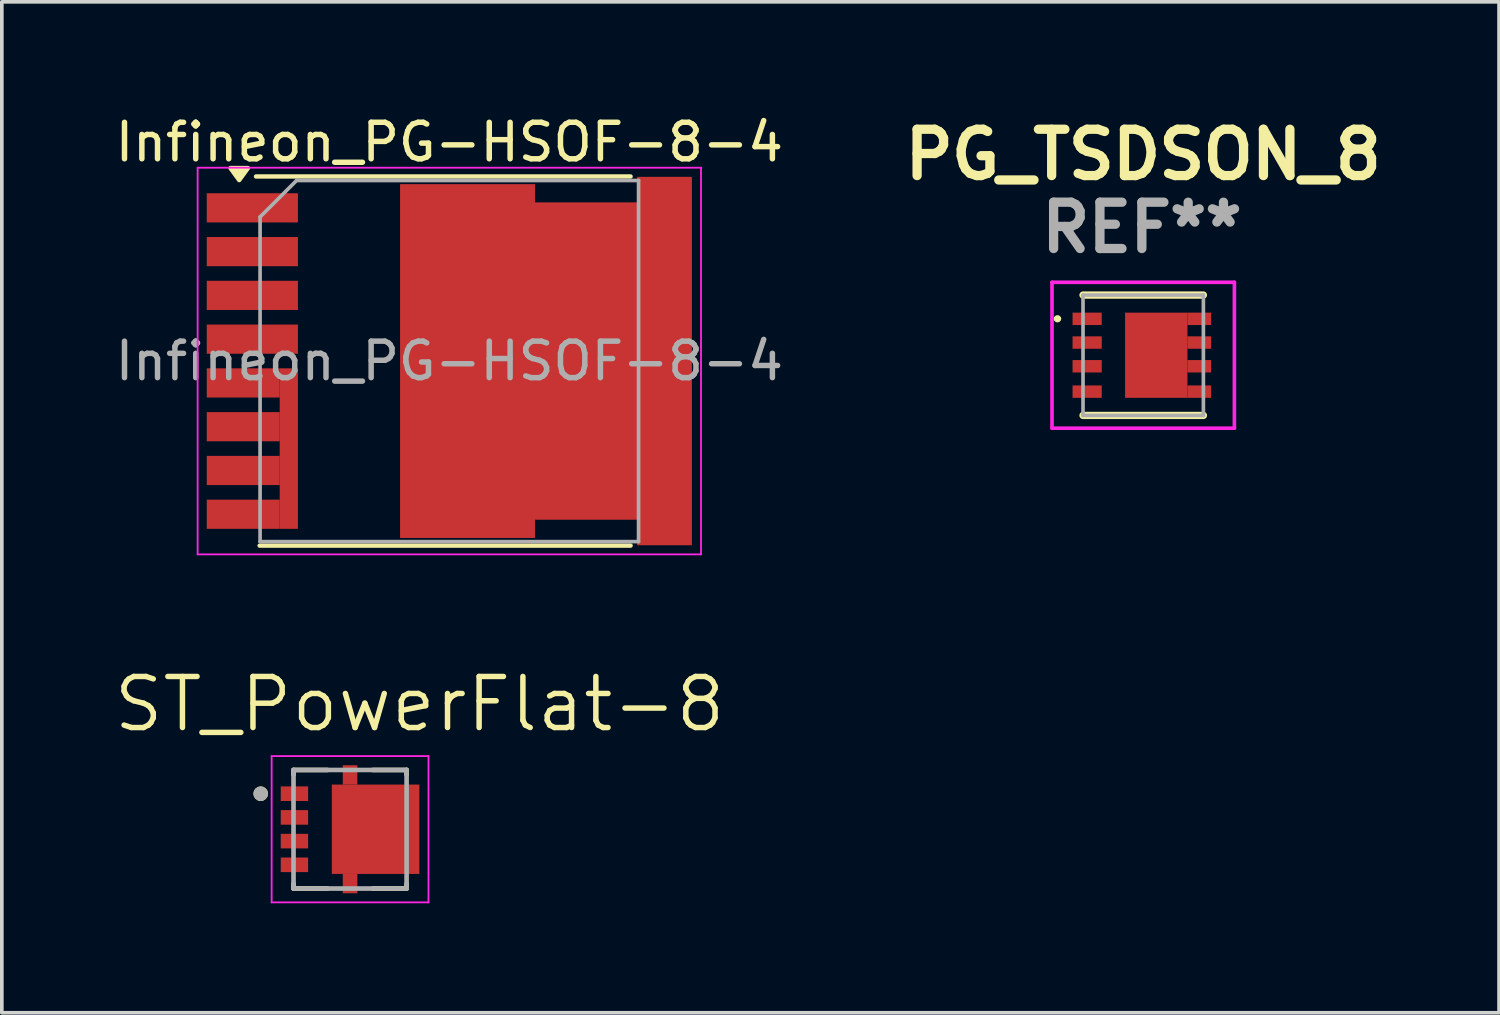
<source format=kicad_pcb>
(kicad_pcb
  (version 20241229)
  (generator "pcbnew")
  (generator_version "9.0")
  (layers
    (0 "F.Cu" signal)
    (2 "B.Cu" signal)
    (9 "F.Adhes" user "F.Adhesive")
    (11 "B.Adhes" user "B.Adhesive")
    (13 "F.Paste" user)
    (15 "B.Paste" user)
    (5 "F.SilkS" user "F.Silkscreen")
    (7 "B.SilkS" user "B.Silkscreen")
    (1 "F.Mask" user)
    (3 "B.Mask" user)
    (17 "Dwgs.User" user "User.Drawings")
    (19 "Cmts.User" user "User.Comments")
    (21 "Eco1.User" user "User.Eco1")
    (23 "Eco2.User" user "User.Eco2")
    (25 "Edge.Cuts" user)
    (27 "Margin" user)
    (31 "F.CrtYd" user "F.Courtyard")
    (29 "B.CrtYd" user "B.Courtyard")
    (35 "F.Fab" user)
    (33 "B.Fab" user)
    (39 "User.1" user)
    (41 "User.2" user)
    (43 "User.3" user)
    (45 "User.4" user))
  (footprint "PG_TSDSON_8"
    (layer "F.Cu")
    (at 28.291 6.689)
    (property "Reference" "PG_TSDSON_8" (at 0 -5.5 0) (layer "F.SilkS") (effects (font (size 1.27 1.27) (thickness 0.254))))
    (attr smd)
    (fp_line (start -2.4 -1) (end -2.4 -1) (stroke (width 0.1) (type solid)) (layer "F.SilkS"))
    (fp_line (start -2.3 -1) (end -2.3 -1) (stroke (width 0.1) (type solid)) (layer "F.SilkS"))
    (fp_line (start -1.65 -1.65) (end 1.65 -1.65) (stroke (width 0.2) (type solid)) (layer "F.SilkS"))
    (fp_line (start -1.65 1.65) (end 1.65 1.65) (stroke (width 0.2) (type solid)) (layer "F.SilkS"))
    (fp_arc (start -2.4 -1) (mid -2.35 -1.05) (end -2.3 -1) (stroke (width 0.1) (type solid)) (layer "F.SilkS"))
    (fp_arc (start -2.3 -1) (mid -2.35 -0.95) (end -2.4 -1) (stroke (width 0.1) (type solid)) (layer "F.SilkS"))
    (fp_line (start -2.5 -2) (end 2.5 -2) (stroke (width 0.1) (type solid)) (layer "F.CrtYd"))
    (fp_line (start -2.5 2) (end -2.5 -2) (stroke (width 0.1) (type solid)) (layer "F.CrtYd"))
    (fp_line (start 2.5 -2) (end 2.5 2) (stroke (width 0.1) (type solid)) (layer "F.CrtYd"))
    (fp_line (start 2.5 2) (end -2.5 2) (stroke (width 0.1) (type solid)) (layer "F.CrtYd"))
    (fp_line (start -1.65 -1.65) (end -1.65 1.65) (stroke (width 0.1) (type solid)) (layer "F.Fab"))
    (fp_line (start -1.65 1.65) (end 1.65 1.65) (stroke (width 0.1) (type solid)) (layer "F.Fab"))
    (fp_line (start 1.65 -1.65) (end -1.65 -1.65) (stroke (width 0.1) (type solid)) (layer "F.Fab"))
    (fp_line (start 1.65 1.65) (end 1.65 -1.65) (stroke (width 0.1) (type solid)) (layer "F.Fab"))
    (fp_text user "REF**" (at -0.037 -3.5 0) (layer "F.Fab") (effects (font (size 1.27 1.27) (thickness 0.254))))
    (pad "1" smd rect (at -1.537 -0.998 90) (size 0.34 0.8) (layers "F.Cu" "F.Mask" "F.Paste"))
    (pad "2" smd rect (at -1.537 -0.348 90) (size 0.34 0.8) (layers "F.Cu" "F.Mask" "F.Paste"))
    (pad "3" smd rect (at -1.537 0.302 90) (size 0.34 0.8) (layers "F.Cu" "F.Mask" "F.Paste"))
    (pad "4" smd rect (at -1.537 0.998 90) (size 0.34 0.8) (layers "F.Cu" "F.Mask" "F.Paste"))
    (pad "5" smd rect (at 0.358 0) (size 1.71 2.335) (layers "F.Cu" "F.Mask" "F.Paste"))
    (pad "5" smd rect (at 1.538 -0.998 90) (size 0.34 0.65) (layers "F.Cu" "F.Mask" "F.Paste"))
    (pad "5" smd rect (at 1.538 -0.348 90) (size 0.34 0.65) (layers "F.Cu" "F.Mask" "F.Paste"))
    (pad "5" smd rect (at 1.538 0.302 90) (size 0.34 0.65) (layers "F.Cu" "F.Mask" "F.Paste"))
    (pad "5" smd rect (at 1.538 0.998 90) (size 0.34 0.65) (layers "F.Cu" "F.Mask" "F.Paste")))
  (footprint "ST_PowerFlat-8"
    (layer "F.Cu")
    (at 6.547 19.684)
    (property "Reference" "ST_PowerFlat-8" (at 1.905 -3.429 0) (layer "F.SilkS") (effects (font (size 1.4 1.4) (thickness 0.15))))
    (attr smd)
    (fp_poly (pts (xy -0.3 -1.855) (xy 0.3 -1.855) (xy 0.3 1.855) (xy -0.3 1.855)) (stroke (width 0.01) (type solid)) (fill yes) (layer "F.Mask"))
    (fp_line (start -1.55 -1.625) (end -1.55 -1.495) (stroke (width 0.127) (type solid)) (layer "F.SilkS"))
    (fp_line (start -1.55 -1.625) (end -0.62 -1.625) (stroke (width 0.127) (type solid)) (layer "F.SilkS"))
    (fp_line (start -1.55 1.495) (end -1.55 1.625) (stroke (width 0.127) (type solid)) (layer "F.SilkS"))
    (fp_line (start -0.62 1.625) (end -1.55 1.625) (stroke (width 0.127) (type solid)) (layer "F.SilkS"))
    (fp_line (start 0.62 -1.625) (end 1.55 -1.625) (stroke (width 0.127) (type solid)) (layer "F.SilkS"))
    (fp_line (start 1.55 -1.495) (end 1.55 -1.625) (stroke (width 0.127) (type solid)) (layer "F.SilkS"))
    (fp_line (start 1.55 1.625) (end 0.62 1.625) (stroke (width 0.127) (type solid)) (layer "F.SilkS"))
    (fp_line (start 1.55 1.625) (end 1.55 1.495) (stroke (width 0.127) (type solid)) (layer "F.SilkS"))
    (fp_circle (center -2.45 -0.975) (end -2.35 -0.975) (stroke (width 0.2) (type solid)) (fill no) (layer "F.SilkS"))
    (fp_poly (pts (xy -0.06 -0.775) (xy 1.46 -0.775) (xy 1.46 0.775) (xy -0.06 0.775)) (stroke (width 0.01) (type solid)) (fill yes) (layer "F.Paste"))
    (fp_line (start -2.15 -2.005) (end -2.15 2.005) (stroke (width 0.05) (type solid)) (layer "F.CrtYd"))
    (fp_line (start -2.15 -2.005) (end 2.15 -2.005) (stroke (width 0.05) (type solid)) (layer "F.CrtYd"))
    (fp_line (start 2.15 2.005) (end -2.15 2.005) (stroke (width 0.05) (type solid)) (layer "F.CrtYd"))
    (fp_line (start 2.15 2.005) (end 2.15 -2.005) (stroke (width 0.05) (type solid)) (layer "F.CrtYd"))
    (fp_line (start -1.55 -1.625) (end -1.55 1.625) (stroke (width 0.127) (type solid)) (layer "F.Fab"))
    (fp_line (start -1.55 -1.625) (end 1.55 -1.625) (stroke (width 0.127) (type solid)) (layer "F.Fab"))
    (fp_line (start 1.55 1.625) (end -1.55 1.625) (stroke (width 0.127) (type solid)) (layer "F.Fab"))
    (fp_line (start 1.55 1.625) (end 1.55 -1.625) (stroke (width 0.127) (type solid)) (layer "F.Fab"))
    (fp_circle (center -2.45 -0.975) (end -2.35 -0.975) (stroke (width 0.2) (type solid)) (fill no) (layer "F.Fab"))
    (pad "1" smd rect (at -1.525 -0.975) (size 0.75 0.4) (layers "F.Cu" "F.Mask" "F.Paste"))
    (pad "2" smd rect (at -1.525 -0.325) (size 0.75 0.4) (layers "F.Cu" "F.Mask" "F.Paste"))
    (pad "3" smd rect (at -1.525 0.325) (size 0.75 0.4) (layers "F.Cu" "F.Mask" "F.Paste"))
    (pad "4" smd rect (at -1.525 0.975) (size 0.75 0.4) (layers "F.Cu" "F.Mask" "F.Paste"))
    (pad "5" smd rect (at 0 -1.49) (size 0.4 0.53) (layers "F.Cu" "F.Mask" "F.Paste"))
    (pad "5" smd rect (at 0 1.49) (size 0.4 0.53) (layers "F.Cu" "F.Mask" "F.Paste"))
    (pad "5" smd rect (at 0.7 0) (size 2.4 2.45) (layers "F.Cu" "F.Mask")))
  (footprint "Infineon_PG-HSOF-8-4"
    (layer "F.Cu")
    (at 9.268 6.848)
    (property "Reference" "Infineon_PG-HSOF-8-4" (at 0 -6 0) (layer "F.SilkS") (effects (font (size 1 1) (thickness 0.15))))
    (attr smd)
    (fp_poly (pts (xy -4.65 1) (xy -6.65 1) (xy -6.65 0.2) (xy -4.65 0.2)) (stroke (width 0) (type solid)) (fill yes) (layer "F.Cu"))
    (fp_poly (pts (xy -4.65 2.2) (xy -6.65 2.2) (xy -6.65 1.4) (xy -4.65 1.4)) (stroke (width 0) (type solid)) (fill yes) (layer "F.Cu"))
    (fp_poly (pts (xy -4.65 3.4) (xy -6.65 3.4) (xy -6.65 2.6) (xy -4.65 2.6)) (stroke (width 0) (type solid)) (fill yes) (layer "F.Cu"))
    (fp_poly (pts (xy -4.65 4.6) (xy -6.65 4.6) (xy -6.65 3.8) (xy -4.65 3.8)) (stroke (width 0) (type solid)) (fill yes) (layer "F.Cu"))
    (fp_line (start -5.3 -5.06) (end 4.97 -5.06) (stroke (width 0.12) (type solid)) (layer "F.SilkS"))
    (fp_line (start -5.2 5.06) (end 4.97 5.06) (stroke (width 0.12) (type solid)) (layer "F.SilkS"))
    (fp_poly (pts (xy -5.76 -4.96) (xy -5.52 -5.29) (xy -6 -5.29) (xy -5.76 -4.96)) (stroke (width 0.12) (type solid)) (fill yes) (layer "F.SilkS"))
    (fp_line (start -6.9 5.3) (end -6.9 -5.3) (stroke (width 0.05) (type solid)) (layer "F.CrtYd"))
    (fp_line (start -6.9 5.3) (end 6.9 5.3) (stroke (width 0.05) (type solid)) (layer "F.CrtYd"))
    (fp_line (start 6.9 -5.3) (end -6.9 -5.3) (stroke (width 0.05) (type solid)) (layer "F.CrtYd"))
    (fp_line (start 6.9 -5.3) (end 6.9 5.3) (stroke (width 0.05) (type solid)) (layer "F.CrtYd"))
    (fp_line (start -5.188 4.95) (end -5.188 -3.95) (stroke (width 0.1) (type solid)) (layer "F.Fab"))
    (fp_line (start -4.188 -4.95) (end -5.188 -3.95) (stroke (width 0.1) (type solid)) (layer "F.Fab"))
    (fp_line (start -4.188 -4.95) (end 5.188 -4.95) (stroke (width 0.1) (type solid)) (layer "F.Fab"))
    (fp_line (start 5.188 -4.95) (end 5.188 4.95) (stroke (width 0.1) (type solid)) (layer "F.Fab"))
    (fp_line (start 5.188 4.95) (end -5.188 4.95) (stroke (width 0.1) (type solid)) (layer "F.Fab"))
    (fp_text user "${REFERENCE}" (at 0 0 0) (layer "F.Fab") (effects (font (size 1 1) (thickness 0.15))))
    (pad "" smd rect (at -5.4 -4.2) (size 2.35 0.7) (layers "F.Paste"))
    (pad "" smd rect (at -5.4 -3) (size 2.35 0.7) (layers "F.Paste"))
    (pad "" smd rect (at -5.4 -1.8) (size 2.35 0.7) (layers "F.Paste"))
    (pad "" smd rect (at -5.4 -0.6) (size 2.35 0.7) (layers "F.Paste"))
    (pad "" smd rect (at -5.4 0.6) (size 2.35 0.7) (layers "F.Paste"))
    (pad "" smd rect (at -5.4 1.8) (size 2.35 0.7) (layers "F.Paste"))
    (pad "" smd rect (at -5.4 3) (size 2.35 0.7) (layers "F.Paste"))
    (pad "" smd rect (at -5.4 4.2) (size 2.35 0.7) (layers "F.Paste"))
    (pad "1" smd rect (at -5.4 -4.2) (size 2.5 0.8) (layers "F.Cu" "F.Mask"))
    (pad "2" smd rect (at -5.4 -3) (size 2.5 0.8) (layers "F.Cu" "F.Mask"))
    (pad "3" smd rect (at -5.4 -1.8) (size 2.5 0.8) (layers "F.Cu" "F.Mask"))
    (pad "4" smd rect (at -5.4 -0.6) (size 2.5 0.8) (layers "F.Cu" "F.Mask"))
    (pad "5" smd rect (at -4.4 2.4) (size 0.5 4.4) (layers "F.Cu" "F.Mask"))
    (pad "9" smd custom (at 3.75 0) (size 2.8 8.7) (layers "F.Cu" "F.Mask" "F.Paste") (options (anchor rect)) (primitives (gr_poly (pts (xy 2.9 5.05) (xy 1.4 5.05) (xy 1.4 -5.05) (xy 2.9 -5.05)) (width 0) (fill yes)) (gr_poly (pts (xy -1.4 4.85) (xy -5.1 4.85) (xy -5.1 -4.85) (xy -1.4 -4.85)) (width 0) (fill yes)))))
  (gr_rect
    (start -3 -3)
    (end 38.046 24.715)
    (stroke (width 0.1) (type default))
    (fill no)
    (layer "Edge.Cuts")))
</source>
